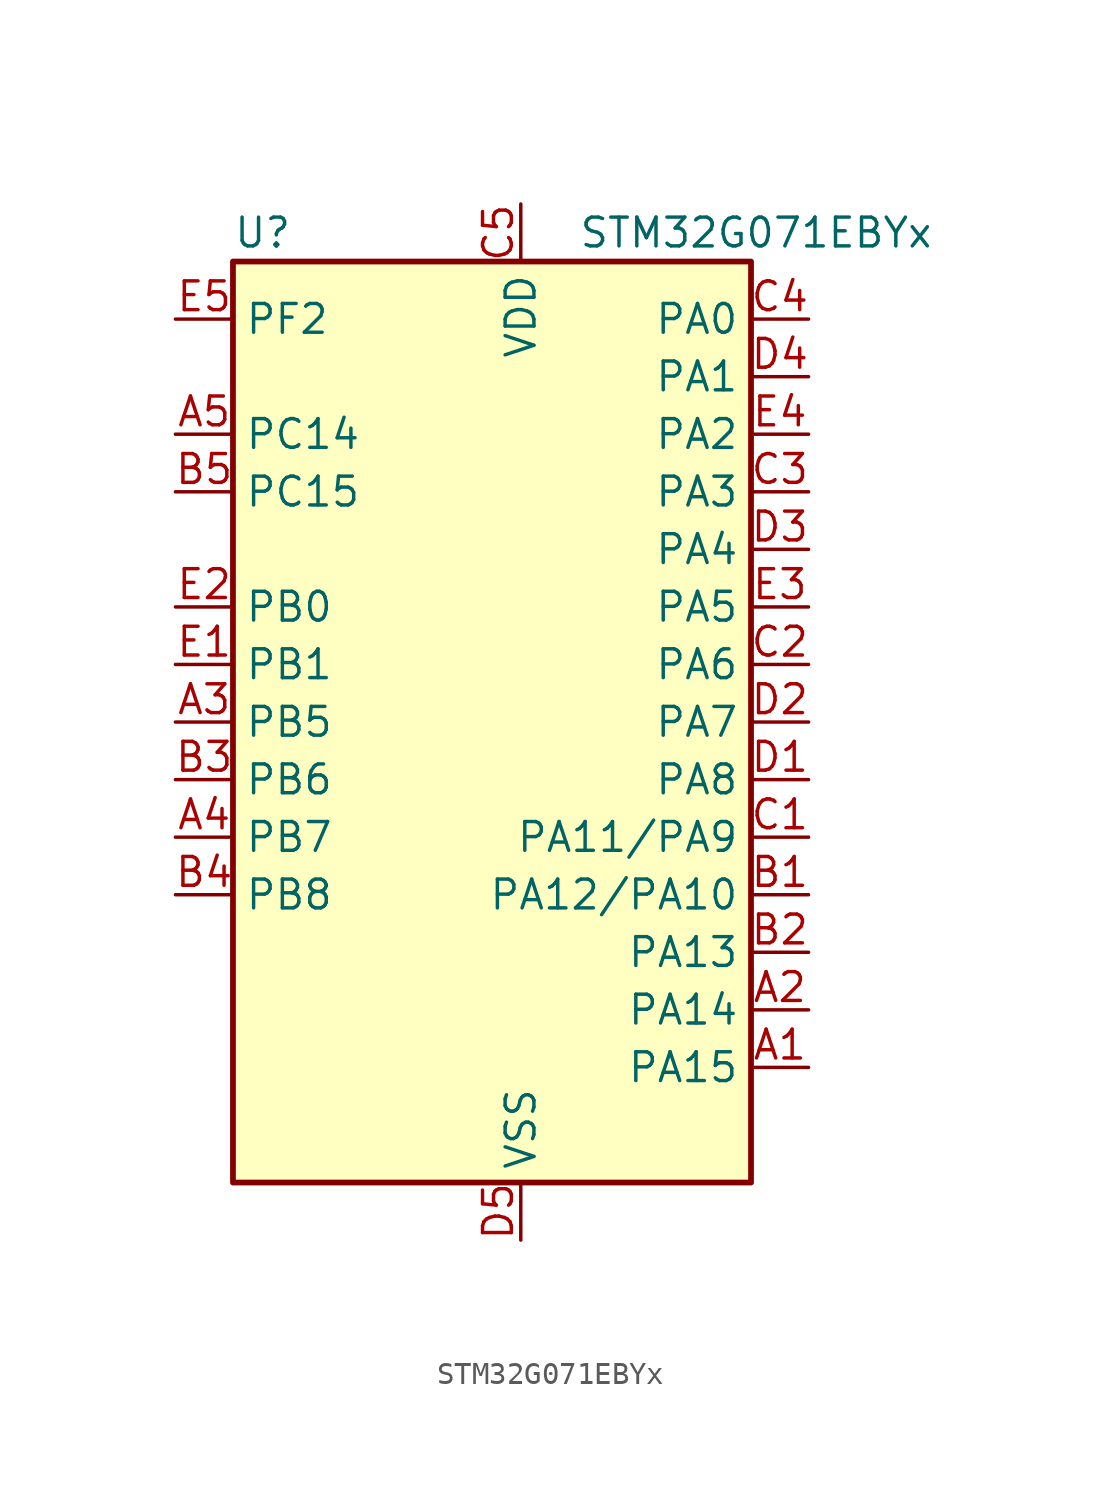
<source format=kicad_sym>
(kicad_symbol_lib
  (version 20211014)
  (generator kicad-library-utils)
  (symbol "STM32G071EBYx"
    (property "Reference" "U"
      (at -10.16 21.59 0)
      (effects (font (size 1.27 1.27)) (justify left)))
    (property "Value" "STM32G071EBYx"
      (at 5.08 21.59 0)
      (effects (font (size 1.27 1.27)) (justify left)))
    (property "ki_fp_filters" "*"
      (at 0.0 0.0 0.0)
      (effects (font (size 1.27 1.27))))
    (symbol "STM32G071EBYx_0_1"
      (rectangle (start -10.16 -20.32) (end 12.7 20.32) (stroke (width 0.254)) (fill (type background))))
    (symbol "STM32G071EBYx_1_1"
      (pin bidirectional line (at -12.7 17.78 0) (length 2.54) (name "PF2" (effects (font (size 1.27 1.27)))) (number "E5" (effects (font (size 1.27 1.27)))) (alternate "RCC_MCO" bidirectional line))
      (pin bidirectional line (at -12.7 12.7 0) (length 2.54) (name "PC14" (effects (font (size 1.27 1.27)))) (number "A5" (effects (font (size 1.27 1.27)))) (alternate "RCC_OSC32_IN" bidirectional line) (alternate "RCC_OSC_IN" bidirectional line) (alternate "TIM1_BK2" bidirectional line))
      (pin bidirectional line (at -12.7 10.16 0) (length 2.54) (name "PC15" (effects (font (size 1.27 1.27)))) (number "B5" (effects (font (size 1.27 1.27)))) (alternate "RCC_OSC32_EN" bidirectional line) (alternate "RCC_OSC32_OUT" bidirectional line) (alternate "RCC_OSC_EN" bidirectional line) (alternate "TIM15_BK" bidirectional line))
      (pin bidirectional line (at -12.7 5.08 0) (length 2.54) (name "PB0" (effects (font (size 1.27 1.27)))) (number "E2" (effects (font (size 1.27 1.27)))) (alternate "ADC1_IN8" bidirectional line) (alternate "COMP1_OUT" bidirectional line) (alternate "I2S1_WS" bidirectional line) (alternate "LPTIM1_OUT" bidirectional line) (alternate "SPI1_NSS" bidirectional line) (alternate "TIM1_CH2N" bidirectional line) (alternate "TIM3_CH3" bidirectional line) (alternate "USART3_RX" bidirectional line))
      (pin bidirectional line (at -12.7 2.54 0) (length 2.54) (name "PB1" (effects (font (size 1.27 1.27)))) (number "E1" (effects (font (size 1.27 1.27)))) (alternate "ADC1_IN9" bidirectional line) (alternate "COMP1_INM" bidirectional line) (alternate "LPTIM2_IN1" bidirectional line) (alternate "LPUART1_DE" bidirectional line) (alternate "LPUART1_RTS" bidirectional line) (alternate "TIM14_CH1" bidirectional line) (alternate "TIM1_CH3N" bidirectional line) (alternate "TIM3_CH4" bidirectional line) (alternate "USART3_CK" bidirectional line) (alternate "USART3_DE" bidirectional line) (alternate "USART3_RTS" bidirectional line))
      (pin bidirectional line (at -12.7 0.0 0) (length 2.54) (name "PB5" (effects (font (size 1.27 1.27)))) (number "A3" (effects (font (size 1.27 1.27)))) (alternate "COMP2_OUT" bidirectional line) (alternate "I2C1_SMBA" bidirectional line) (alternate "I2S1_SD" bidirectional line) (alternate "LPTIM1_IN1" bidirectional line) (alternate "SPI1_MOSI" bidirectional line) (alternate "SYS_WKUP6" bidirectional line) (alternate "TIM16_BK" bidirectional line) (alternate "TIM3_CH2" bidirectional line))
      (pin bidirectional line (at -12.7 -2.54 0) (length 2.54) (name "PB6" (effects (font (size 1.27 1.27)))) (number "B3" (effects (font (size 1.27 1.27)))) (alternate "COMP2_INP" bidirectional line) (alternate "I2C1_SCL" bidirectional line) (alternate "LPTIM1_ETR" bidirectional line) (alternate "SPI2_MISO" bidirectional line) (alternate "TIM16_CH1N" bidirectional line) (alternate "TIM1_CH3" bidirectional line) (alternate "USART1_TX" bidirectional line))
      (pin bidirectional line (at -12.7 -5.08 0) (length 2.54) (name "PB7" (effects (font (size 1.27 1.27)))) (number "A4" (effects (font (size 1.27 1.27)))) (alternate "COMP2_INM" bidirectional line) (alternate "I2C1_SDA" bidirectional line) (alternate "LPTIM1_IN2" bidirectional line) (alternate "SPI2_MOSI" bidirectional line) (alternate "SYS_PVD_IN" bidirectional line) (alternate "TIM17_CH1N" bidirectional line) (alternate "USART1_RX" bidirectional line) (alternate "USART4_CTS" bidirectional line) (alternate "USART4_NSS" bidirectional line))
      (pin bidirectional line (at -12.7 -7.62 0) (length 2.54) (name "PB8" (effects (font (size 1.27 1.27)))) (number "B4" (effects (font (size 1.27 1.27)))) (alternate "CEC" bidirectional line) (alternate "I2C1_SCL" bidirectional line) (alternate "SPI2_SCK" bidirectional line) (alternate "TIM15_BK" bidirectional line) (alternate "TIM16_CH1" bidirectional line) (alternate "USART3_TX" bidirectional line))
      (pin bidirectional line (at 15.24 17.78 180) (length 2.54) (name "PA0" (effects (font (size 1.27 1.27)))) (number "C4" (effects (font (size 1.27 1.27)))) (alternate "ADC1_IN0" bidirectional line) (alternate "COMP1_INM" bidirectional line) (alternate "COMP1_OUT" bidirectional line) (alternate "LPTIM1_OUT" bidirectional line) (alternate "RTC_TAMP_IN2" bidirectional line) (alternate "SPI2_SCK" bidirectional line) (alternate "SYS_WKUP1" bidirectional line) (alternate "TIM2_CH1" bidirectional line) (alternate "TIM2_ETR" bidirectional line) (alternate "USART2_CTS" bidirectional line) (alternate "USART2_NSS" bidirectional line) (alternate "USART4_TX" bidirectional line))
      (pin bidirectional line (at 15.24 15.24 180) (length 2.54) (name "PA1" (effects (font (size 1.27 1.27)))) (number "D4" (effects (font (size 1.27 1.27)))) (alternate "ADC1_IN1" bidirectional line) (alternate "COMP1_INP" bidirectional line) (alternate "I2C1_SMBA" bidirectional line) (alternate "I2S1_CK" bidirectional line) (alternate "SPI1_SCK" bidirectional line) (alternate "TIM15_CH1N" bidirectional line) (alternate "TIM2_CH2" bidirectional line) (alternate "USART2_CK" bidirectional line) (alternate "USART2_DE" bidirectional line) (alternate "USART2_RTS" bidirectional line) (alternate "USART4_RX" bidirectional line))
      (pin bidirectional line (at 15.24 12.7 180) (length 2.54) (name "PA2" (effects (font (size 1.27 1.27)))) (number "E4" (effects (font (size 1.27 1.27)))) (alternate "ADC1_IN2" bidirectional line) (alternate "COMP2_INM" bidirectional line) (alternate "COMP2_OUT" bidirectional line) (alternate "I2S1_SD" bidirectional line) (alternate "LPUART1_TX" bidirectional line) (alternate "RCC_LSCO" bidirectional line) (alternate "SPI1_MOSI" bidirectional line) (alternate "SYS_WKUP4" bidirectional line) (alternate "TIM15_CH1" bidirectional line) (alternate "TIM2_CH3" bidirectional line) (alternate "USART2_TX" bidirectional line))
      (pin bidirectional line (at 15.24 10.16 180) (length 2.54) (name "PA3" (effects (font (size 1.27 1.27)))) (number "C3" (effects (font (size 1.27 1.27)))) (alternate "ADC1_IN3" bidirectional line) (alternate "COMP2_INP" bidirectional line) (alternate "LPUART1_RX" bidirectional line) (alternate "SPI2_MISO" bidirectional line) (alternate "TIM15_CH2" bidirectional line) (alternate "TIM2_CH4" bidirectional line) (alternate "USART2_RX" bidirectional line))
      (pin bidirectional line (at 15.24 7.62 180) (length 2.54) (name "PA4" (effects (font (size 1.27 1.27)))) (number "D3" (effects (font (size 1.27 1.27)))) (alternate "ADC1_IN4" bidirectional line) (alternate "DAC1_OUT1" bidirectional line) (alternate "I2S1_WS" bidirectional line) (alternate "LPTIM2_OUT" bidirectional line) (alternate "RTC_OUT_ALARM" bidirectional line) (alternate "RTC_OUT_CALIB" bidirectional line) (alternate "RTC_TAMP_IN1" bidirectional line) (alternate "RTC_TS" bidirectional line) (alternate "SPI1_NSS" bidirectional line) (alternate "SPI2_MOSI" bidirectional line) (alternate "SYS_WKUP2" bidirectional line) (alternate "TIM14_CH1" bidirectional line))
      (pin bidirectional line (at 15.24 5.08 180) (length 2.54) (name "PA5" (effects (font (size 1.27 1.27)))) (number "E3" (effects (font (size 1.27 1.27)))) (alternate "ADC1_IN5" bidirectional line) (alternate "CEC" bidirectional line) (alternate "DAC1_OUT2" bidirectional line) (alternate "I2S1_CK" bidirectional line) (alternate "LPTIM2_ETR" bidirectional line) (alternate "SPI1_SCK" bidirectional line) (alternate "TIM2_CH1" bidirectional line) (alternate "TIM2_ETR" bidirectional line) (alternate "USART3_TX" bidirectional line))
      (pin bidirectional line (at 15.24 2.54 180) (length 2.54) (name "PA6" (effects (font (size 1.27 1.27)))) (number "C2" (effects (font (size 1.27 1.27)))) (alternate "ADC1_IN6" bidirectional line) (alternate "COMP1_OUT" bidirectional line) (alternate "I2S1_MCK" bidirectional line) (alternate "LPUART1_CTS" bidirectional line) (alternate "SPI1_MISO" bidirectional line) (alternate "TIM16_CH1" bidirectional line) (alternate "TIM1_BK" bidirectional line) (alternate "TIM3_CH1" bidirectional line) (alternate "USART3_CTS" bidirectional line) (alternate "USART3_NSS" bidirectional line))
      (pin bidirectional line (at 15.24 0.0 180) (length 2.54) (name "PA7" (effects (font (size 1.27 1.27)))) (number "D2" (effects (font (size 1.27 1.27)))) (alternate "ADC1_IN7" bidirectional line) (alternate "COMP2_OUT" bidirectional line) (alternate "I2S1_SD" bidirectional line) (alternate "SPI1_MOSI" bidirectional line) (alternate "TIM14_CH1" bidirectional line) (alternate "TIM17_CH1" bidirectional line) (alternate "TIM1_CH1N" bidirectional line) (alternate "TIM3_CH2" bidirectional line))
      (pin bidirectional line (at 15.24 -2.54 180) (length 2.54) (name "PA8" (effects (font (size 1.27 1.27)))) (number "D1" (effects (font (size 1.27 1.27)))) (alternate "LPTIM2_OUT" bidirectional line) (alternate "RCC_MCO" bidirectional line) (alternate "SPI2_NSS" bidirectional line) (alternate "TIM1_CH1" bidirectional line))
      (pin bidirectional line (at 15.24 -5.08 180) (length 2.54) (name "PA11/PA9" (effects (font (size 1.27 1.27)))) (number "C1" (effects (font (size 1.27 1.27)))) (alternate "ADC1_EXTI11" bidirectional line) (alternate "COMP1_OUT" bidirectional line) (alternate "I2C2_SCL" bidirectional line) (alternate "I2S1_MCK" bidirectional line) (alternate "SPI1_MISO" bidirectional line) (alternate "TIM1_BK2" bidirectional line) (alternate "TIM1_CH4" bidirectional line) (alternate "USART1_CTS" bidirectional line) (alternate "USART1_NSS" bidirectional line))
      (pin bidirectional line (at 15.24 -7.62 180) (length 2.54) (name "PA12/PA10" (effects (font (size 1.27 1.27)))) (number "B1" (effects (font (size 1.27 1.27)))) (alternate "COMP2_OUT" bidirectional line) (alternate "I2C2_SDA" bidirectional line) (alternate "I2S1_SD" bidirectional line) (alternate "I2S_CKIN" bidirectional line) (alternate "SPI1_MOSI" bidirectional line) (alternate "TIM1_ETR" bidirectional line) (alternate "USART1_CK" bidirectional line) (alternate "USART1_DE" bidirectional line) (alternate "USART1_RTS" bidirectional line))
      (pin bidirectional line (at 15.24 -10.16 180) (length 2.54) (name "PA13" (effects (font (size 1.27 1.27)))) (number "B2" (effects (font (size 1.27 1.27)))) (alternate "IR_OUT" bidirectional line) (alternate "SYS_SWDIO" bidirectional line))
      (pin bidirectional line (at 15.24 -12.7 180) (length 2.54) (name "PA14" (effects (font (size 1.27 1.27)))) (number "A2" (effects (font (size 1.27 1.27)))) (alternate "SYS_SWCLK" bidirectional line) (alternate "USART2_TX" bidirectional line))
      (pin bidirectional line (at 15.24 -15.24 180) (length 2.54) (name "PA15" (effects (font (size 1.27 1.27)))) (number "A1" (effects (font (size 1.27 1.27)))) (alternate "I2S1_WS" bidirectional line) (alternate "SPI1_NSS" bidirectional line) (alternate "TIM2_CH1" bidirectional line) (alternate "TIM2_ETR" bidirectional line) (alternate "USART2_RX" bidirectional line) (alternate "USART3_CK" bidirectional line) (alternate "USART3_DE" bidirectional line) (alternate "USART3_RTS" bidirectional line) (alternate "USART4_CK" bidirectional line) (alternate "USART4_DE" bidirectional line) (alternate "USART4_RTS" bidirectional line))
      (pin power_in line (at 2.54 22.86 270) (length 2.54) (name "VDD" (effects (font (size 1.27 1.27)))) (number "C5" (effects (font (size 1.27 1.27)))))
      (pin power_in line (at 2.54 -22.86 90) (length 2.54) (name "VSS" (effects (font (size 1.27 1.27)))) (number "D5" (effects (font (size 1.27 1.27))))))))
</source>
